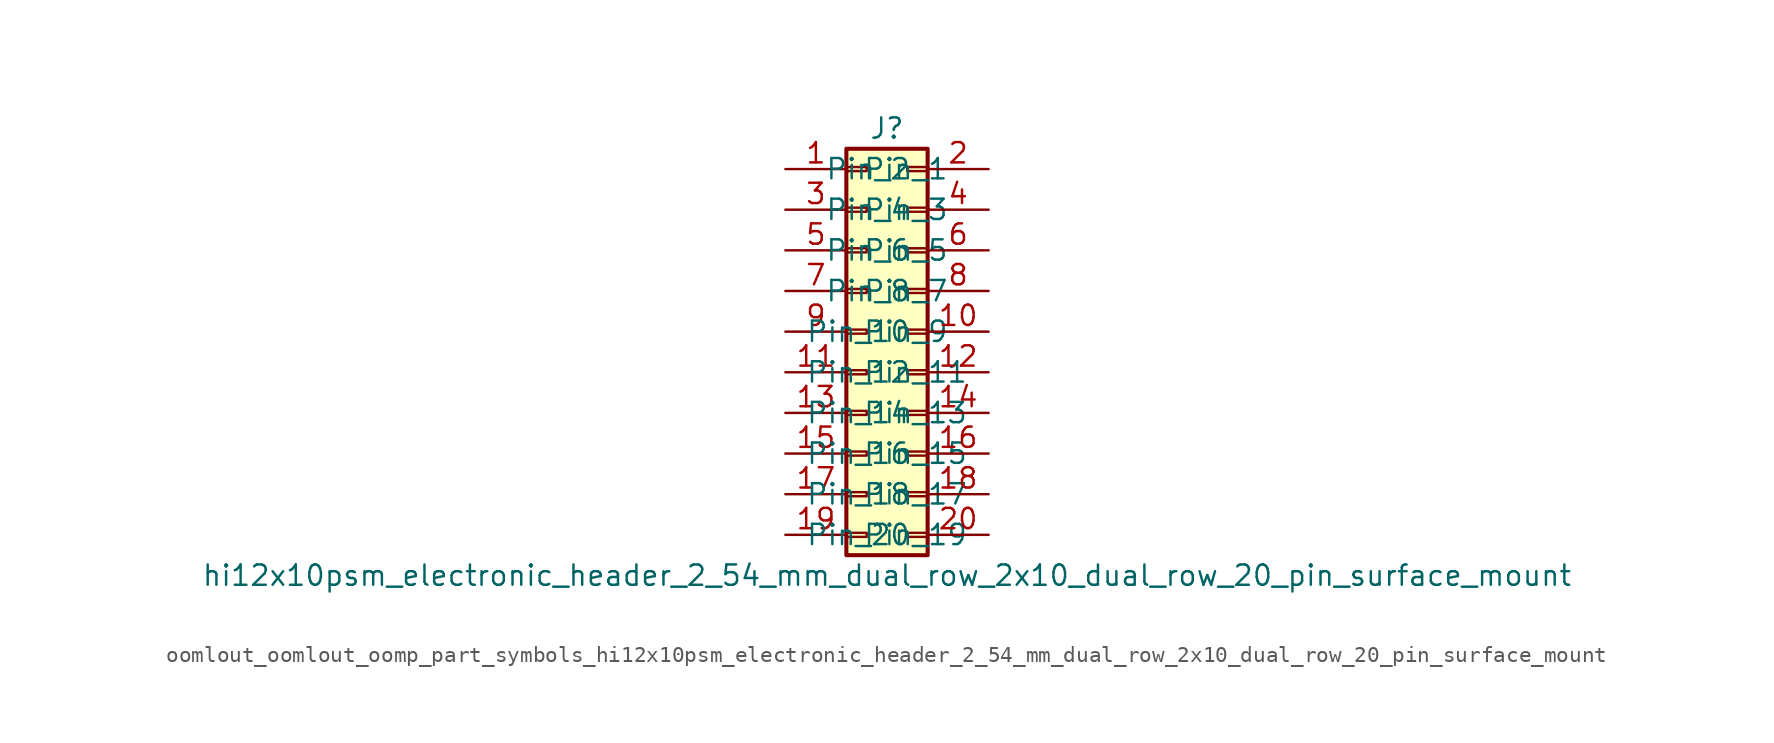
<source format=kicad_sym>
(kicad_symbol_lib
  (version 20220914)
  (generator kicad_symbol_editor)
  (symbol "oomlout_oomlout_oomp_part_symbols_hi12x10psm_electronic_header_2_54_mm_dual_row_2x10_dual_row_20_pin_surface_mount"
    (pin_names
      (offset 1.016))
    (property "Reference" "J"
      (at 1.27 12.7 0)
      (effects (font (size 1.27 1.27))))
    (property "Value" "hi12x10psm_electronic_header_2_54_mm_dual_row_2x10_dual_row_20_pin_surface_mount"
      (at 1.27 -15.24 0)
      (effects (font (size 1.27 1.27))))
    (symbol "oomlout_oomlout_oomp_part_symbols_hi12x10psm_electronic_header_2_54_mm_dual_row_2x10_dual_row_20_pin_surface_mount_1_1"
      (rectangle (start -1.27 -12.573) (end 0 -12.827) (stroke (width 0.152) (type default)) (fill (type none)))
      (rectangle (start -1.27 -10.033) (end 0 -10.287) (stroke (width 0.152) (type default)) (fill (type none)))
      (rectangle (start -1.27 -7.493) (end 0 -7.747) (stroke (width 0.152) (type default)) (fill (type none)))
      (rectangle (start -1.27 -4.953) (end 0 -5.207) (stroke (width 0.152) (type default)) (fill (type none)))
      (rectangle (start -1.27 -2.413) (end 0 -2.667) (stroke (width 0.152) (type default)) (fill (type none)))
      (rectangle (start -1.27 0.127) (end 0 -0.127) (stroke (width 0.152) (type default)) (fill (type none)))
      (rectangle (start -1.27 2.667) (end 0 2.413) (stroke (width 0.152) (type default)) (fill (type none)))
      (rectangle (start -1.27 5.207) (end 0 4.953) (stroke (width 0.152) (type default)) (fill (type none)))
      (rectangle (start -1.27 7.747) (end 0 7.493) (stroke (width 0.152) (type default)) (fill (type none)))
      (rectangle (start -1.27 10.287) (end 0 10.033) (stroke (width 0.152) (type default)) (fill (type none)))
      (rectangle (start -1.27 11.43) (end 3.81 -13.97) (stroke (width 0.254) (type default)) (fill (type background)))
      (rectangle (start 3.81 -12.573) (end 2.54 -12.827) (stroke (width 0.152) (type default)) (fill (type none)))
      (rectangle (start 3.81 -10.033) (end 2.54 -10.287) (stroke (width 0.152) (type default)) (fill (type none)))
      (rectangle (start 3.81 -7.493) (end 2.54 -7.747) (stroke (width 0.152) (type default)) (fill (type none)))
      (rectangle (start 3.81 -4.953) (end 2.54 -5.207) (stroke (width 0.152) (type default)) (fill (type none)))
      (rectangle (start 3.81 -2.413) (end 2.54 -2.667) (stroke (width 0.152) (type default)) (fill (type none)))
      (rectangle (start 3.81 0.127) (end 2.54 -0.127) (stroke (width 0.152) (type default)) (fill (type none)))
      (rectangle (start 3.81 2.667) (end 2.54 2.413) (stroke (width 0.152) (type default)) (fill (type none)))
      (rectangle (start 3.81 5.207) (end 2.54 4.953) (stroke (width 0.152) (type default)) (fill (type none)))
      (rectangle (start 3.81 7.747) (end 2.54 7.493) (stroke (width 0.152) (type default)) (fill (type none)))
      (rectangle (start 3.81 10.287) (end 2.54 10.033) (stroke (width 0.152) (type default)) (fill (type none)))
      (pin passive line (at -5.08 10.16 0) (length 3.81) (name "Pin_1" (effects (font (size 1.27 1.27)))) (number "1" (effects (font (size 1.27 1.27)))))
      (pin passive line (at 7.62 0 180) (length 3.81) (name "Pin_10" (effects (font (size 1.27 1.27)))) (number "10" (effects (font (size 1.27 1.27)))))
      (pin passive line (at -5.08 -2.54 0) (length 3.81) (name "Pin_11" (effects (font (size 1.27 1.27)))) (number "11" (effects (font (size 1.27 1.27)))))
      (pin passive line (at 7.62 -2.54 180) (length 3.81) (name "Pin_12" (effects (font (size 1.27 1.27)))) (number "12" (effects (font (size 1.27 1.27)))))
      (pin passive line (at -5.08 -5.08 0) (length 3.81) (name "Pin_13" (effects (font (size 1.27 1.27)))) (number "13" (effects (font (size 1.27 1.27)))))
      (pin passive line (at 7.62 -5.08 180) (length 3.81) (name "Pin_14" (effects (font (size 1.27 1.27)))) (number "14" (effects (font (size 1.27 1.27)))))
      (pin passive line (at -5.08 -7.62 0) (length 3.81) (name "Pin_15" (effects (font (size 1.27 1.27)))) (number "15" (effects (font (size 1.27 1.27)))))
      (pin passive line (at 7.62 -7.62 180) (length 3.81) (name "Pin_16" (effects (font (size 1.27 1.27)))) (number "16" (effects (font (size 1.27 1.27)))))
      (pin passive line (at -5.08 -10.16 0) (length 3.81) (name "Pin_17" (effects (font (size 1.27 1.27)))) (number "17" (effects (font (size 1.27 1.27)))))
      (pin passive line (at 7.62 -10.16 180) (length 3.81) (name "Pin_18" (effects (font (size 1.27 1.27)))) (number "18" (effects (font (size 1.27 1.27)))))
      (pin passive line (at -5.08 -12.7 0) (length 3.81) (name "Pin_19" (effects (font (size 1.27 1.27)))) (number "19" (effects (font (size 1.27 1.27)))))
      (pin passive line (at 7.62 10.16 180) (length 3.81) (name "Pin_2" (effects (font (size 1.27 1.27)))) (number "2" (effects (font (size 1.27 1.27)))))
      (pin passive line (at 7.62 -12.7 180) (length 3.81) (name "Pin_20" (effects (font (size 1.27 1.27)))) (number "20" (effects (font (size 1.27 1.27)))))
      (pin passive line (at -5.08 7.62 0) (length 3.81) (name "Pin_3" (effects (font (size 1.27 1.27)))) (number "3" (effects (font (size 1.27 1.27)))))
      (pin passive line (at 7.62 7.62 180) (length 3.81) (name "Pin_4" (effects (font (size 1.27 1.27)))) (number "4" (effects (font (size 1.27 1.27)))))
      (pin passive line (at -5.08 5.08 0) (length 3.81) (name "Pin_5" (effects (font (size 1.27 1.27)))) (number "5" (effects (font (size 1.27 1.27)))))
      (pin passive line (at 7.62 5.08 180) (length 3.81) (name "Pin_6" (effects (font (size 1.27 1.27)))) (number "6" (effects (font (size 1.27 1.27)))))
      (pin passive line (at -5.08 2.54 0) (length 3.81) (name "Pin_7" (effects (font (size 1.27 1.27)))) (number "7" (effects (font (size 1.27 1.27)))))
      (pin passive line (at 7.62 2.54 180) (length 3.81) (name "Pin_8" (effects (font (size 1.27 1.27)))) (number "8" (effects (font (size 1.27 1.27)))))
      (pin passive line (at -5.08 0 0) (length 3.81) (name "Pin_9" (effects (font (size 1.27 1.27)))) (number "9" (effects (font (size 1.27 1.27))))))))
</source>
